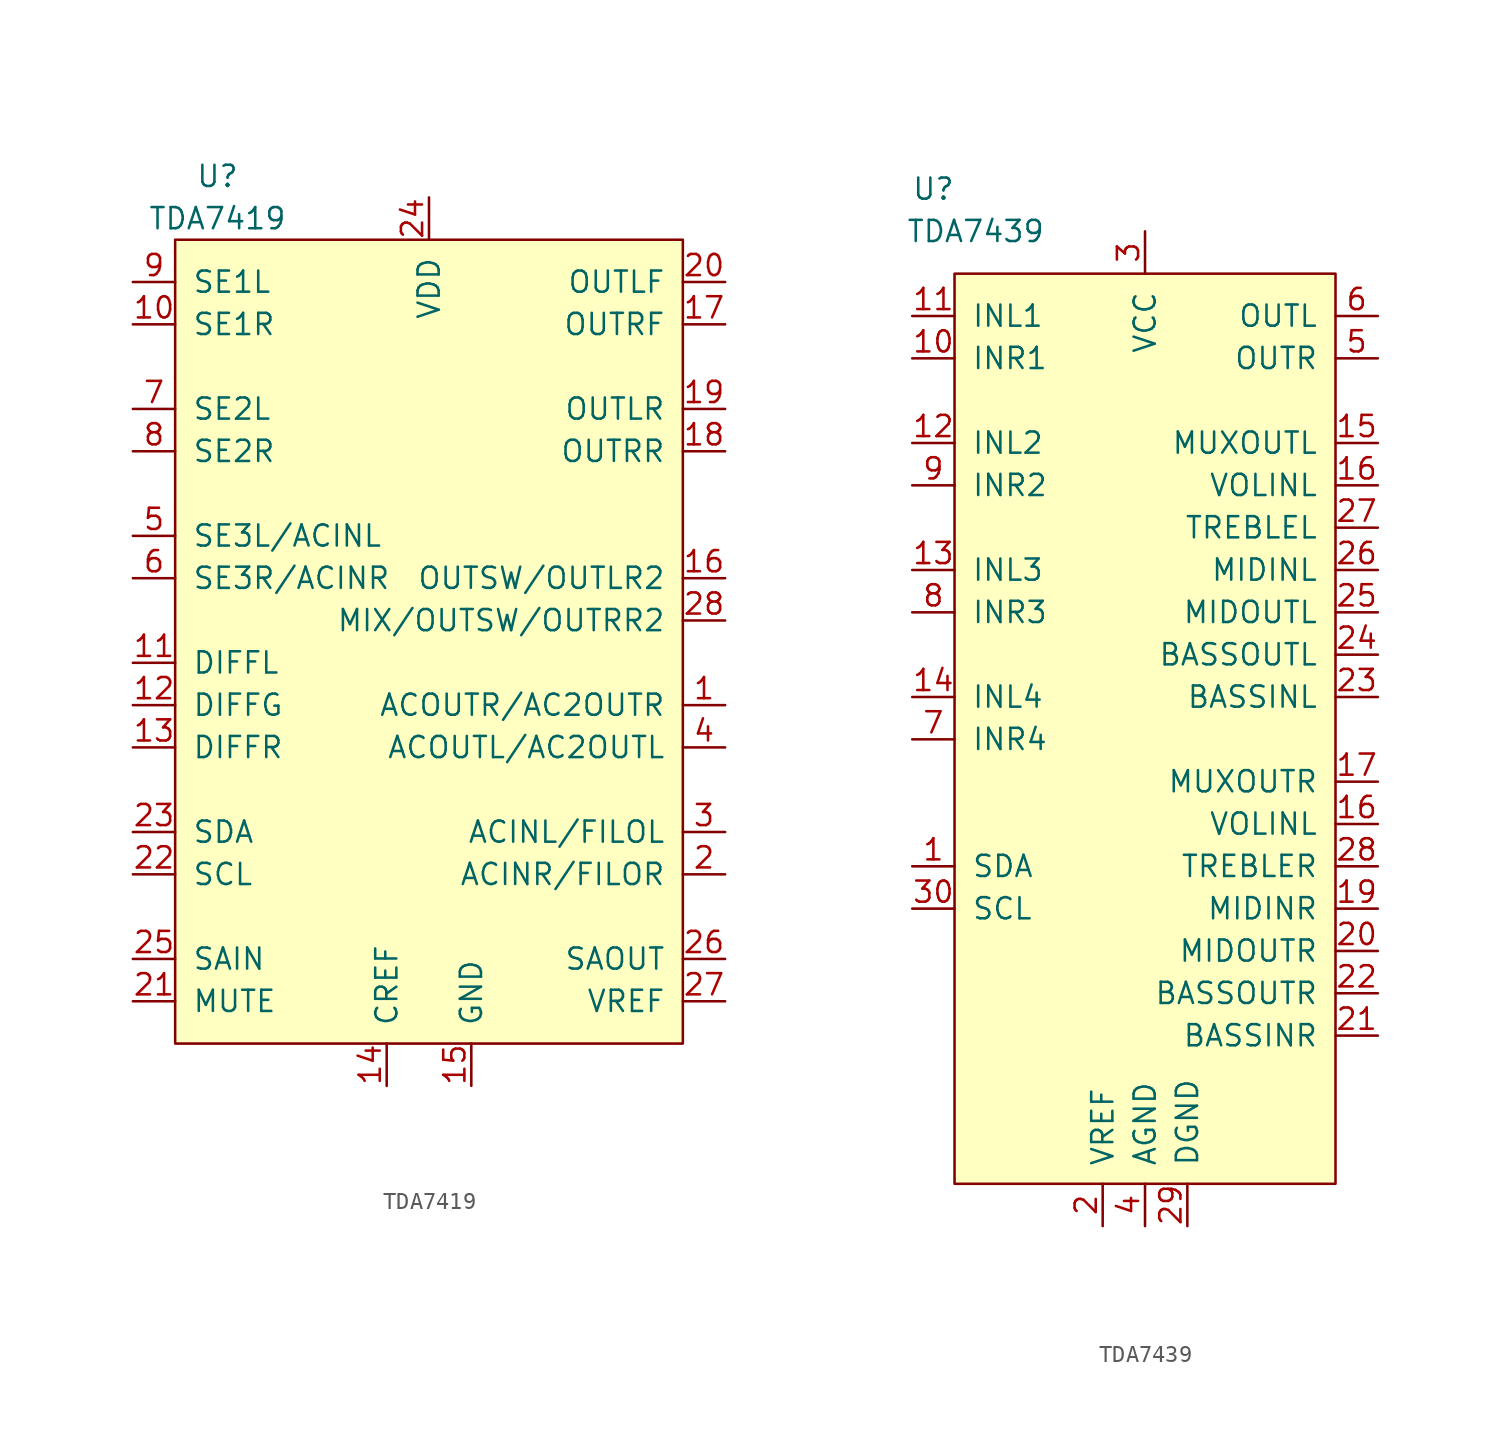
<source format=kicad_sym>
(kicad_symbol_lib
  (version 20220914)
  (generator kicad_symbol_editor)
  (symbol "TDA7419"
    (pin_names
      (offset 1.016))
    (property "Reference" "U"
      (at -12.7 26.67 0)
      (effects (font (size 1.27 1.27))))
    (property "Value" "TDA7419"
      (at -12.7 24.13 0)
      (effects (font (size 1.27 1.27))))
    (symbol "TDA7419_0_1"
      (rectangle (start -15.24 22.86) (end 15.24 -25.4) (stroke (width 0) (type solid)) (fill (type background))))
    (symbol "TDA7419_1_1"
      (pin output line (at 17.78 -5.08 180) (length 2.54) (name "ACOUTR/AC2OUTR" (effects (font (size 1.27 1.27)))) (number "1" (effects (font (size 1.27 1.27)))))
      (pin input line (at -17.78 17.78 0) (length 2.54) (name "SE1R" (effects (font (size 1.27 1.27)))) (number "10" (effects (font (size 1.27 1.27)))))
      (pin input line (at -17.78 -2.54 0) (length 2.54) (name "DIFFL" (effects (font (size 1.27 1.27)))) (number "11" (effects (font (size 1.27 1.27)))))
      (pin input line (at -17.78 -5.08 0) (length 2.54) (name "DIFFG" (effects (font (size 1.27 1.27)))) (number "12" (effects (font (size 1.27 1.27)))))
      (pin input line (at -17.78 -7.62 0) (length 2.54) (name "DIFFR" (effects (font (size 1.27 1.27)))) (number "13" (effects (font (size 1.27 1.27)))))
      (pin power_out line (at -2.54 -27.94 90) (length 2.54) (name "CREF" (effects (font (size 1.27 1.27)))) (number "14" (effects (font (size 1.27 1.27)))))
      (pin power_in line (at 2.54 -27.94 90) (length 2.54) (name "GND" (effects (font (size 1.27 1.27)))) (number "15" (effects (font (size 1.27 1.27)))))
      (pin output line (at 17.78 2.54 180) (length 2.54) (name "OUTSW/OUTLR2" (effects (font (size 1.27 1.27)))) (number "16" (effects (font (size 1.27 1.27)))))
      (pin output line (at 17.78 17.78 180) (length 2.54) (name "OUTRF" (effects (font (size 1.27 1.27)))) (number "17" (effects (font (size 1.27 1.27)))))
      (pin output line (at 17.78 10.16 180) (length 2.54) (name "OUTRR" (effects (font (size 1.27 1.27)))) (number "18" (effects (font (size 1.27 1.27)))))
      (pin output line (at 17.78 12.7 180) (length 2.54) (name "OUTLR" (effects (font (size 1.27 1.27)))) (number "19" (effects (font (size 1.27 1.27)))))
      (pin bidirectional line (at 17.78 -15.24 180) (length 2.54) (name "ACINR/FILOR" (effects (font (size 1.27 1.27)))) (number "2" (effects (font (size 1.27 1.27)))))
      (pin output line (at 17.78 20.32 180) (length 2.54) (name "OUTLF" (effects (font (size 1.27 1.27)))) (number "20" (effects (font (size 1.27 1.27)))))
      (pin input line (at -17.78 -22.86 0) (length 2.54) (name "MUTE" (effects (font (size 1.27 1.27)))) (number "21" (effects (font (size 1.27 1.27)))))
      (pin open_collector line (at -17.78 -15.24 0) (length 2.54) (name "SCL" (effects (font (size 1.27 1.27)))) (number "22" (effects (font (size 1.27 1.27)))))
      (pin open_collector line (at -17.78 -12.7 0) (length 2.54) (name "SDA" (effects (font (size 1.27 1.27)))) (number "23" (effects (font (size 1.27 1.27)))))
      (pin power_in line (at 0 25.4 270) (length 2.54) (name "VDD" (effects (font (size 1.27 1.27)))) (number "24" (effects (font (size 1.27 1.27)))))
      (pin input line (at -17.78 -20.32 0) (length 2.54) (name "SAIN" (effects (font (size 1.27 1.27)))) (number "25" (effects (font (size 1.27 1.27)))))
      (pin output line (at 17.78 -20.32 180) (length 2.54) (name "SAOUT" (effects (font (size 1.27 1.27)))) (number "26" (effects (font (size 1.27 1.27)))))
      (pin power_out line (at 17.78 -22.86 180) (length 2.54) (name "VREF" (effects (font (size 1.27 1.27)))) (number "27" (effects (font (size 1.27 1.27)))))
      (pin bidirectional line (at 17.78 0 180) (length 2.54) (name "MIX/OUTSW/OUTRR2" (effects (font (size 1.27 1.27)))) (number "28" (effects (font (size 1.27 1.27)))))
      (pin bidirectional line (at 17.78 -12.7 180) (length 2.54) (name "ACINL/FILOL" (effects (font (size 1.27 1.27)))) (number "3" (effects (font (size 1.27 1.27)))))
      (pin output line (at 17.78 -7.62 180) (length 2.54) (name "ACOUTL/AC2OUTL" (effects (font (size 1.27 1.27)))) (number "4" (effects (font (size 1.27 1.27)))))
      (pin input line (at -17.78 5.08 0) (length 2.54) (name "SE3L/ACINL" (effects (font (size 1.27 1.27)))) (number "5" (effects (font (size 1.27 1.27)))))
      (pin input line (at -17.78 2.54 0) (length 2.54) (name "SE3R/ACINR" (effects (font (size 1.27 1.27)))) (number "6" (effects (font (size 1.27 1.27)))))
      (pin input line (at -17.78 12.7 0) (length 2.54) (name "SE2L" (effects (font (size 1.27 1.27)))) (number "7" (effects (font (size 1.27 1.27)))))
      (pin input line (at -17.78 10.16 0) (length 2.54) (name "SE2R" (effects (font (size 1.27 1.27)))) (number "8" (effects (font (size 1.27 1.27)))))
      (pin input line (at -17.78 20.32 0) (length 2.54) (name "SE1L" (effects (font (size 1.27 1.27)))) (number "9" (effects (font (size 1.27 1.27)))))))
  (symbol "TDA7439"
    (pin_names
      (offset 1.016))
    (property "Reference" "U"
      (at -12.7 29.21 0)
      (effects (font (size 1.27 1.27))))
    (property "Value" "TDA7439"
      (at -10.16 26.67 0)
      (effects (font (size 1.27 1.27))))
    (symbol "TDA7439_1_1"
      (rectangle (start -11.43 24.13) (end 11.43 -30.48) (stroke (width 0) (type solid)) (fill (type background)))
      (pin open_collector line (at -13.97 -11.43 0) (length 2.54) (name "SDA" (effects (font (size 1.27 1.27)))) (number "1" (effects (font (size 1.27 1.27)))))
      (pin input line (at -13.97 19.05 0) (length 2.54) (name "INR1" (effects (font (size 1.27 1.27)))) (number "10" (effects (font (size 1.27 1.27)))))
      (pin input line (at -13.97 21.59 0) (length 2.54) (name "INL1" (effects (font (size 1.27 1.27)))) (number "11" (effects (font (size 1.27 1.27)))))
      (pin input line (at -13.97 13.97 0) (length 2.54) (name "INL2" (effects (font (size 1.27 1.27)))) (number "12" (effects (font (size 1.27 1.27)))))
      (pin input line (at -13.97 6.35 0) (length 2.54) (name "INL3" (effects (font (size 1.27 1.27)))) (number "13" (effects (font (size 1.27 1.27)))))
      (pin input line (at -13.97 -1.27 0) (length 2.54) (name "INL4" (effects (font (size 1.27 1.27)))) (number "14" (effects (font (size 1.27 1.27)))))
      (pin output line (at 13.97 13.97 180) (length 2.54) (name "MUXOUTL" (effects (font (size 1.27 1.27)))) (number "15" (effects (font (size 1.27 1.27)))))
      (pin input line (at 13.97 -8.89 180) (length 2.54) (name "VOLINL" (effects (font (size 1.27 1.27)))) (number "16" (effects (font (size 1.27 1.27)))))
      (pin input line (at 13.97 11.43 180) (length 2.54) (name "VOLINL" (effects (font (size 1.27 1.27)))) (number "16" (effects (font (size 1.27 1.27)))))
      (pin output line (at 13.97 -6.35 180) (length 2.54) (name "MUXOUTR" (effects (font (size 1.27 1.27)))) (number "17" (effects (font (size 1.27 1.27)))))
      (pin passive line (at 13.97 -13.97 180) (length 2.54) (name "MIDINR" (effects (font (size 1.27 1.27)))) (number "19" (effects (font (size 1.27 1.27)))))
      (pin power_out line (at -2.54 -33.02 90) (length 2.54) (name "VREF" (effects (font (size 1.27 1.27)))) (number "2" (effects (font (size 1.27 1.27)))))
      (pin passive line (at 13.97 -16.51 180) (length 2.54) (name "MIDOUTR" (effects (font (size 1.27 1.27)))) (number "20" (effects (font (size 1.27 1.27)))))
      (pin passive line (at 13.97 -21.59 180) (length 2.54) (name "BASSINR" (effects (font (size 1.27 1.27)))) (number "21" (effects (font (size 1.27 1.27)))))
      (pin passive line (at 13.97 -19.05 180) (length 2.54) (name "BASSOUTR" (effects (font (size 1.27 1.27)))) (number "22" (effects (font (size 1.27 1.27)))))
      (pin passive line (at 13.97 -1.27 180) (length 2.54) (name "BASSINL" (effects (font (size 1.27 1.27)))) (number "23" (effects (font (size 1.27 1.27)))))
      (pin passive line (at 13.97 1.27 180) (length 2.54) (name "BASSOUTL" (effects (font (size 1.27 1.27)))) (number "24" (effects (font (size 1.27 1.27)))))
      (pin passive line (at 13.97 3.81 180) (length 2.54) (name "MIDOUTL" (effects (font (size 1.27 1.27)))) (number "25" (effects (font (size 1.27 1.27)))))
      (pin passive line (at 13.97 6.35 180) (length 2.54) (name "MIDINL" (effects (font (size 1.27 1.27)))) (number "26" (effects (font (size 1.27 1.27)))))
      (pin passive line (at 13.97 8.89 180) (length 2.54) (name "TREBLEL" (effects (font (size 1.27 1.27)))) (number "27" (effects (font (size 1.27 1.27)))))
      (pin passive line (at 13.97 -11.43 180) (length 2.54) (name "TREBLER" (effects (font (size 1.27 1.27)))) (number "28" (effects (font (size 1.27 1.27)))))
      (pin power_in line (at 2.54 -33.02 90) (length 2.54) (name "DGND" (effects (font (size 1.27 1.27)))) (number "29" (effects (font (size 1.27 1.27)))))
      (pin power_in line (at 0 26.67 270) (length 2.54) (name "VCC" (effects (font (size 1.27 1.27)))) (number "3" (effects (font (size 1.27 1.27)))))
      (pin open_collector line (at -13.97 -13.97 0) (length 2.54) (name "SCL" (effects (font (size 1.27 1.27)))) (number "30" (effects (font (size 1.27 1.27)))))
      (pin power_in line (at 0 -33.02 90) (length 2.54) (name "AGND" (effects (font (size 1.27 1.27)))) (number "4" (effects (font (size 1.27 1.27)))))
      (pin output line (at 13.97 19.05 180) (length 2.54) (name "OUTR" (effects (font (size 1.27 1.27)))) (number "5" (effects (font (size 1.27 1.27)))))
      (pin output line (at 13.97 21.59 180) (length 2.54) (name "OUTL" (effects (font (size 1.27 1.27)))) (number "6" (effects (font (size 1.27 1.27)))))
      (pin input line (at -13.97 -3.81 0) (length 2.54) (name "INR4" (effects (font (size 1.27 1.27)))) (number "7" (effects (font (size 1.27 1.27)))))
      (pin input line (at -13.97 3.81 0) (length 2.54) (name "INR3" (effects (font (size 1.27 1.27)))) (number "8" (effects (font (size 1.27 1.27)))))
      (pin input line (at -13.97 11.43 0) (length 2.54) (name "INR2" (effects (font (size 1.27 1.27)))) (number "9" (effects (font (size 1.27 1.27))))))))
</source>
